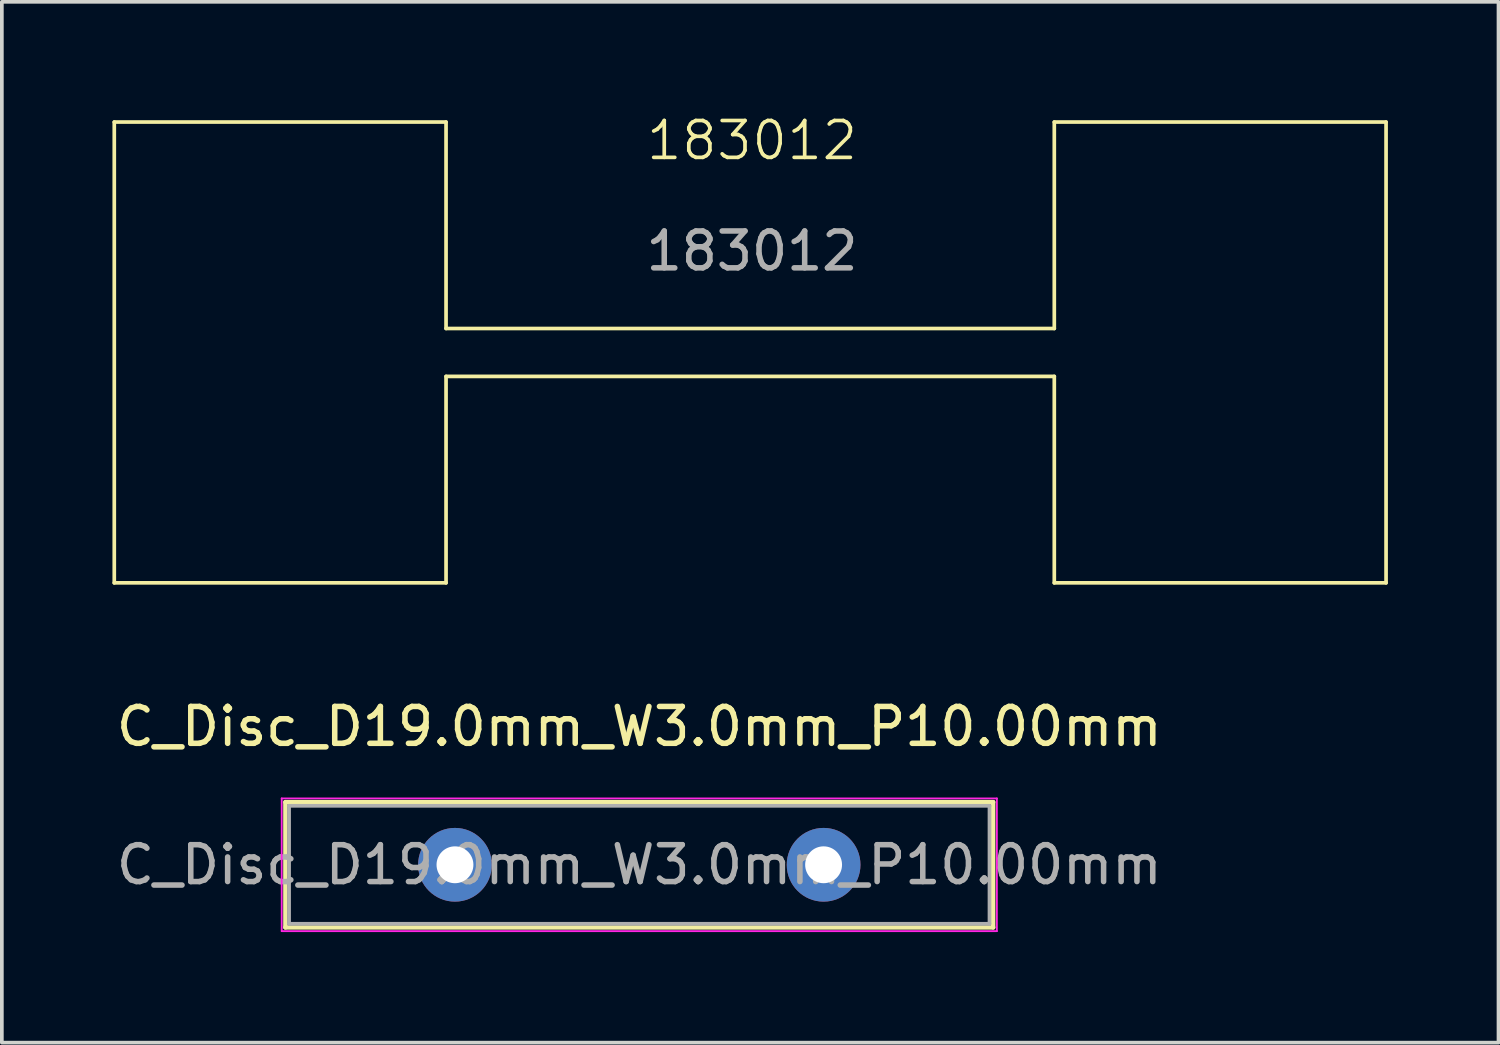
<source format=kicad_pcb>
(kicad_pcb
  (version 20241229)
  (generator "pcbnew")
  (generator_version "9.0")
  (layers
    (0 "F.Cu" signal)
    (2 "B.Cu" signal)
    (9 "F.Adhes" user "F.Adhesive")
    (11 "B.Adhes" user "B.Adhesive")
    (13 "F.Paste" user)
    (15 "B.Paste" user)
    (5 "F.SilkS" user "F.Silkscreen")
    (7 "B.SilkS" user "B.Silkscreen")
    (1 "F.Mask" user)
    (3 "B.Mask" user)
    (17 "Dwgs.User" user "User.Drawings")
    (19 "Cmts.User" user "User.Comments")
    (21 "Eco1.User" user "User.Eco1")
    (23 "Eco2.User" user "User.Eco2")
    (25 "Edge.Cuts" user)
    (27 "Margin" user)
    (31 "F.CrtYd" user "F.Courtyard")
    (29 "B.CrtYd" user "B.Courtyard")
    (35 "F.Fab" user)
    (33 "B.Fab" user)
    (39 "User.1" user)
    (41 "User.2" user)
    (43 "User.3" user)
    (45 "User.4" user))
  (footprint "183012"
    (layer "F.Cu")
    (at 17.25 2.361)
    (property "Reference" "183012" (at 0.1 -1.6 0) (unlocked yes) (layer "F.SilkS") (effects (font (size 1 1) (thickness 0.1))))
    (attr smd)
    (fp_line (start -17.2 -2.1) (end -8.2 -2.1) (stroke (width 0.1) (type default)) (layer "F.SilkS"))
    (fp_line (start -17.2 10.4) (end -17.2 -2.1) (stroke (width 0.1) (type default)) (layer "F.SilkS"))
    (fp_line (start -17.2 10.4) (end -8.2 10.4) (stroke (width 0.1) (type default)) (layer "F.SilkS"))
    (fp_line (start -8.2 -2.1) (end -8.2 3.5) (stroke (width 0.1) (type default)) (layer "F.SilkS"))
    (fp_line (start -8.2 3.5) (end 8.3 3.5) (stroke (width 0.1) (type default)) (layer "F.SilkS"))
    (fp_line (start -8.2 4.8) (end -8.2 10.4) (stroke (width 0.1) (type default)) (layer "F.SilkS"))
    (fp_line (start -8.2 4.8) (end 8.3 4.8) (stroke (width 0.1) (type default)) (layer "F.SilkS"))
    (fp_line (start 8.3 -2.1) (end 8.3 3.5) (stroke (width 0.1) (type default)) (layer "F.SilkS"))
    (fp_line (start 8.3 -2.1) (end 17.3 -2.1) (stroke (width 0.1) (type default)) (layer "F.SilkS"))
    (fp_line (start 8.3 4.8) (end 8.3 10.4) (stroke (width 0.1) (type default)) (layer "F.SilkS"))
    (fp_line (start 8.3 10.4) (end 17.3 10.4) (stroke (width 0.1) (type default)) (layer "F.SilkS"))
    (fp_line (start 17.3 10.4) (end 17.3 -2.1) (stroke (width 0.1) (type default)) (layer "F.SilkS"))
    (fp_text user "${REFERENCE}" (at 0.1 1.4 0) (unlocked yes) (layer "F.Fab") (effects (font (size 1 1) (thickness 0.15)))))
  (footprint "C_Disc_D19.0mm_W3.0mm_P10.00mm"
    (layer "F.Cu")
    (at 9.292 20.409)
    (property "Reference" "C_Disc_D19.0mm_W3.0mm_P10.00mm" (at 5 -3.75 0) (layer "F.SilkS") (effects (font (size 1 1) (thickness 0.15))))
    (attr through_hole)
    (fp_line (start -4.6 -1.7) (end -4.6 1.7) (stroke (width 0.12) (type solid)) (layer "F.SilkS"))
    (fp_line (start -4.6 -1.7) (end 14.6 -1.7) (stroke (width 0.12) (type solid)) (layer "F.SilkS"))
    (fp_line (start -4.6 1.7) (end 14.6 1.7) (stroke (width 0.12) (type solid)) (layer "F.SilkS"))
    (fp_line (start 14.6 -1.7) (end 14.6 1.7) (stroke (width 0.12) (type solid)) (layer "F.SilkS"))
    (fp_line (start -4.7 -1.8) (end -4.7 1.8) (stroke (width 0.05) (type solid)) (layer "F.CrtYd"))
    (fp_line (start -4.7 1.8) (end 14.7 1.8) (stroke (width 0.05) (type solid)) (layer "F.CrtYd"))
    (fp_line (start 14.7 -1.8) (end -4.7 -1.8) (stroke (width 0.05) (type solid)) (layer "F.CrtYd"))
    (fp_line (start 14.7 1.8) (end 14.7 -1.8) (stroke (width 0.05) (type solid)) (layer "F.CrtYd"))
    (fp_line (start -4.5 -1.6) (end -4.5 1.6) (stroke (width 0.1) (type solid)) (layer "F.Fab"))
    (fp_line (start -4.5 1.6) (end 14.5 1.6) (stroke (width 0.1) (type solid)) (layer "F.Fab"))
    (fp_line (start 14.5 -1.6) (end -4.5 -1.6) (stroke (width 0.1) (type solid)) (layer "F.Fab"))
    (fp_line (start 14.5 1.6) (end 14.5 -1.6) (stroke (width 0.1) (type solid)) (layer "F.Fab"))
    (fp_text user "${REFERENCE}" (at 5 0 0) (layer "F.Fab") (effects (font (size 1 1) (thickness 0.15))))
    (pad "1" thru_hole circle (at 0 0) (size 2 2) (drill 1) (layers "*.Cu" "*.Mask"))
    (pad "2" thru_hole circle (at 10 0) (size 2 2) (drill 1) (layers "*.Cu" "*.Mask")))
  (gr_rect
    (start -3 -3)
    (end 37.6 25.234)
    (stroke (width 0.1) (type default))
    (fill no)
    (layer "Edge.Cuts")))
</source>
